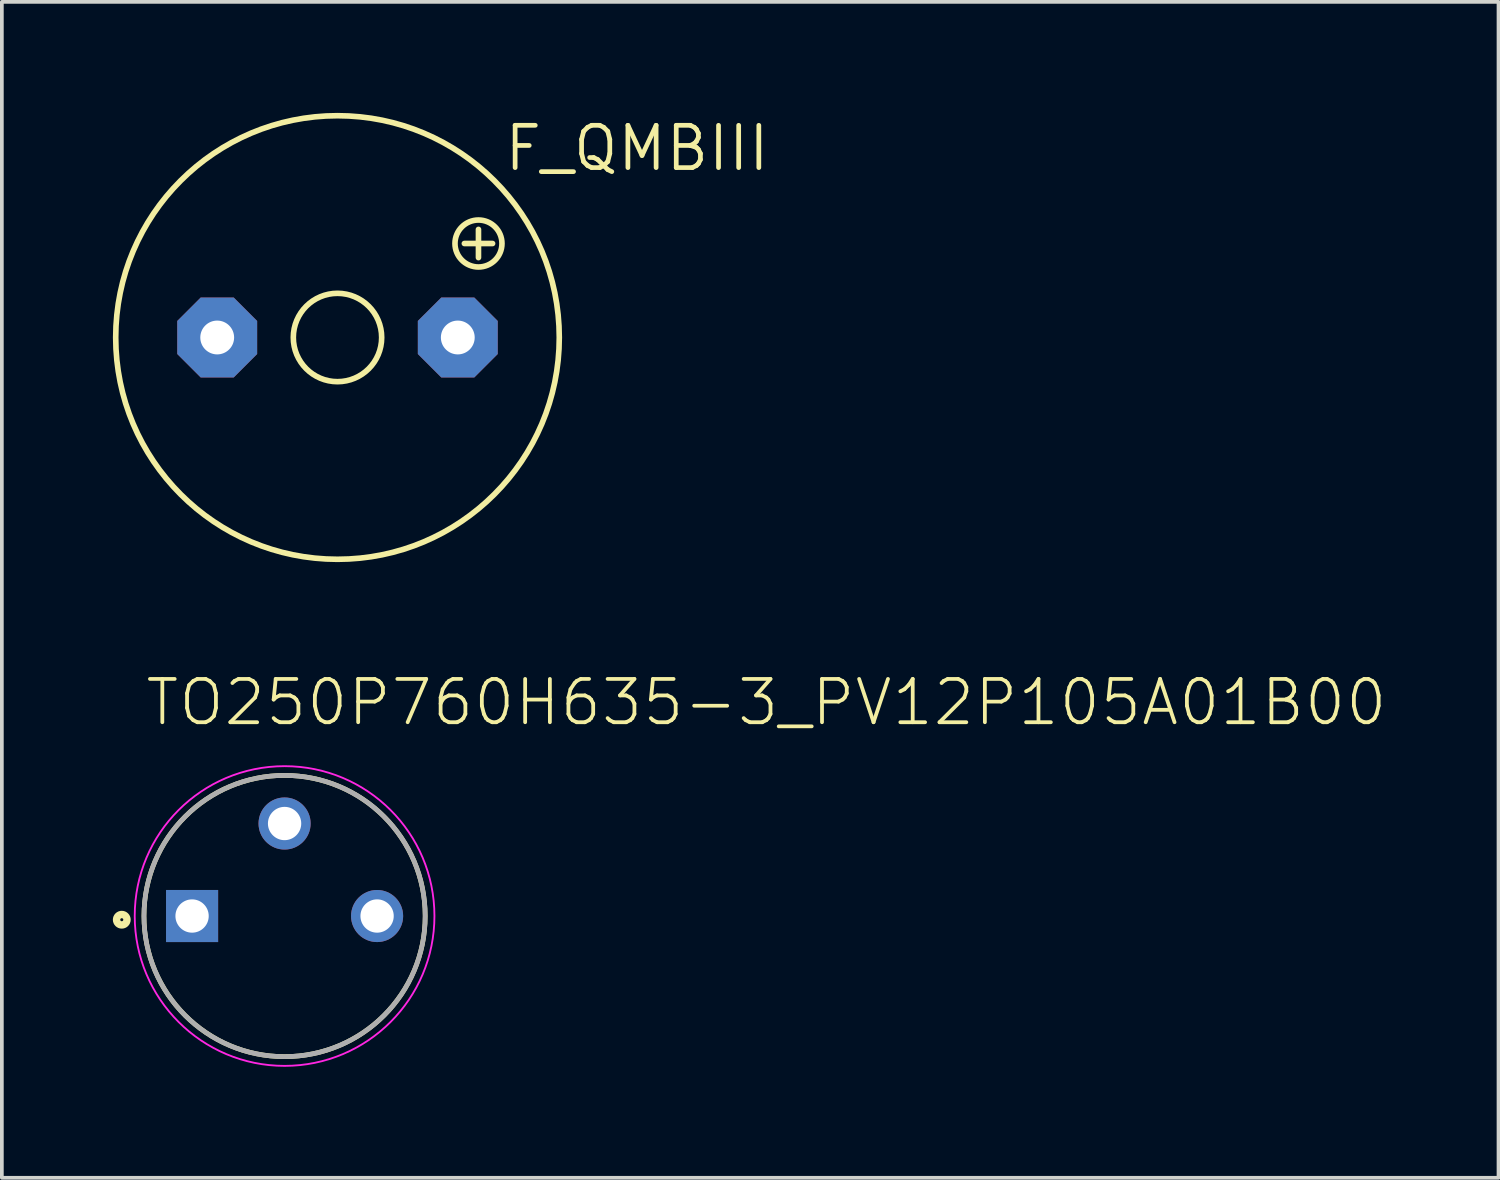
<source format=kicad_pcb>
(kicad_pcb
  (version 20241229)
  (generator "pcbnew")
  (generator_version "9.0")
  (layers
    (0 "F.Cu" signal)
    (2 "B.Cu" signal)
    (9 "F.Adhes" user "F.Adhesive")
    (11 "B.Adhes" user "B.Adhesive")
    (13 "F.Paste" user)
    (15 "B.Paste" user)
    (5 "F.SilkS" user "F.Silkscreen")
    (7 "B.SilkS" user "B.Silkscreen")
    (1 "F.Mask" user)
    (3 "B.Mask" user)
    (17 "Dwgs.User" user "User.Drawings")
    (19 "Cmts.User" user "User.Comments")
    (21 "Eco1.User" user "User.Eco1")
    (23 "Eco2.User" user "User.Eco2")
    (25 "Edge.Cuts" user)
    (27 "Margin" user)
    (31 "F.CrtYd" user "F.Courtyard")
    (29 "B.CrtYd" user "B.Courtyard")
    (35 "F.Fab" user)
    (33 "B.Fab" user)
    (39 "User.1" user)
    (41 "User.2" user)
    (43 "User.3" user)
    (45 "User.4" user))
  (footprint "F_QMBIII"
    (layer "F.Cu")
    (at 6.071 6.071)
    (property "Reference" "F_QMBIII" (at 4.445 -4.445 0) (layer "F.SilkS") (effects (font (size 1.143 1.143) (thickness 0.127)) (justify left bottom)))
    (fp_line (start 3.429 -2.54) (end 4.191 -2.54) (stroke (width 0.152) (type solid)) (layer "F.SilkS"))
    (fp_line (start 3.81 -2.159) (end 3.81 -2.921) (stroke (width 0.152) (type solid)) (layer "F.SilkS"))
    (fp_circle (center 0 0) (end 1.194 0) (stroke (width 0.152) (type solid)) (fill no) (layer "F.SilkS"))
    (fp_circle (center 0 0) (end 5.994 0) (stroke (width 0.152) (type solid)) (fill no) (layer "F.SilkS"))
    (fp_circle (center 3.81 -2.54) (end 4.445 -2.54) (stroke (width 0.152) (type solid)) (fill no) (layer "F.SilkS"))
    (pad "+" thru_hole roundrect (at 3.251 0) (size 2.159 2.159) (drill 0.914) (layers "*.Cu" "*.Mask") (roundrect_rratio 0.25) (chamfer_ratio 0.293) (chamfer top_left top_right bottom_left bottom_right))
    (pad "-" thru_hole roundrect (at -3.251 0) (size 2.159 2.159) (drill 0.914) (layers "*.Cu" "*.Mask") (roundrect_rratio 0.25) (chamfer_ratio 0.293) (chamfer top_left top_right bottom_left bottom_right)))
  (footprint "TO250P760H635-3_PV12P105A01B00"
    (layer "F.Cu")
    (at 4.641 21.706)
    (property "Reference" "TO250P760H635-3_PV12P105A01B00" (at -3.817 -5.089 0) (layer "F.SilkS") (effects (font (size 1.17 1.17) (thickness 0.102)) (justify left bottom)))
    (fp_circle (center -4.4 0.1) (end -4.259 0.1) (stroke (width 0.2) (type solid)) (fill no) (layer "F.SilkS"))
    (fp_circle (center 0 0) (end 3.8 0) (stroke (width 0.127) (type solid)) (fill no) (layer "F.SilkS"))
    (fp_circle (center 0 0) (end 4.05 0) (stroke (width 0.05) (type solid)) (fill no) (layer "F.CrtYd"))
    (fp_circle (center 0 0) (end 3.8 0) (stroke (width 0.127) (type solid)) (fill no) (layer "F.Fab"))
    (pad "1" thru_hole rect (at -2.5 0) (size 1.408 1.408) (drill 0.9) (layers "*.Cu" "*.Mask"))
    (pad "2" thru_hole circle (at 0 -2.5) (size 1.408 1.408) (drill 0.9) (layers "*.Cu" "*.Mask"))
    (pad "3" thru_hole circle (at 2.5 0) (size 1.408 1.408) (drill 0.9) (layers "*.Cu" "*.Mask")))
  (gr_rect
    (start -3 -3)
    (end 37.448 28.781)
    (stroke (width 0.1) (type default))
    (fill no)
    (layer "Edge.Cuts")))
</source>
